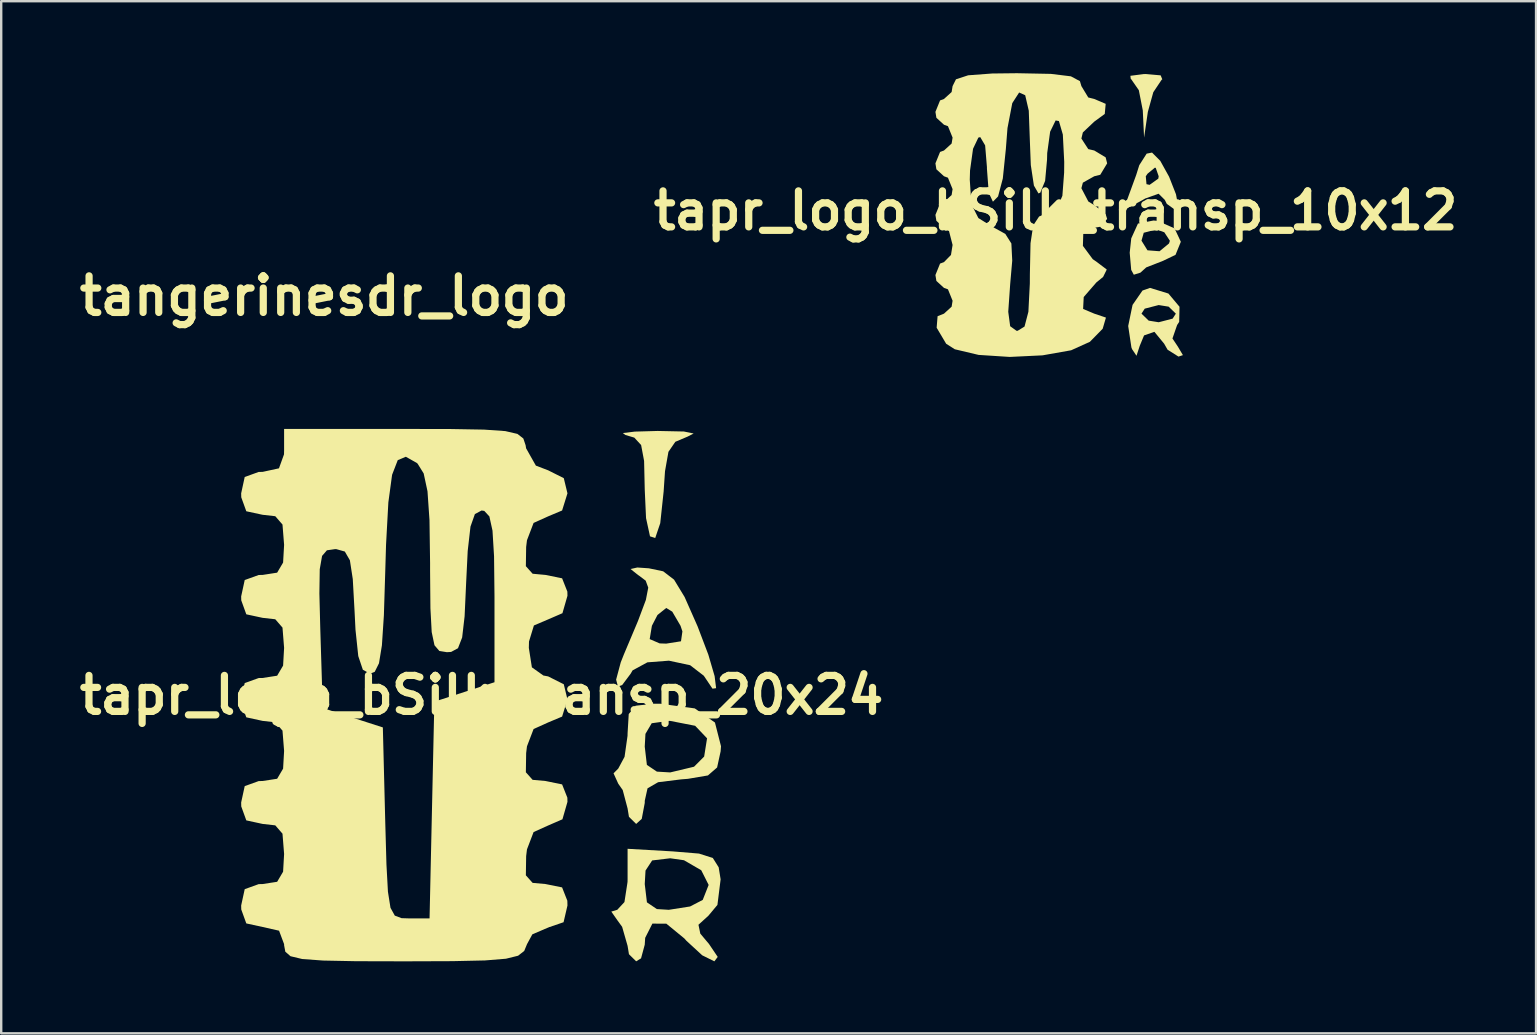
<source format=kicad_pcb>
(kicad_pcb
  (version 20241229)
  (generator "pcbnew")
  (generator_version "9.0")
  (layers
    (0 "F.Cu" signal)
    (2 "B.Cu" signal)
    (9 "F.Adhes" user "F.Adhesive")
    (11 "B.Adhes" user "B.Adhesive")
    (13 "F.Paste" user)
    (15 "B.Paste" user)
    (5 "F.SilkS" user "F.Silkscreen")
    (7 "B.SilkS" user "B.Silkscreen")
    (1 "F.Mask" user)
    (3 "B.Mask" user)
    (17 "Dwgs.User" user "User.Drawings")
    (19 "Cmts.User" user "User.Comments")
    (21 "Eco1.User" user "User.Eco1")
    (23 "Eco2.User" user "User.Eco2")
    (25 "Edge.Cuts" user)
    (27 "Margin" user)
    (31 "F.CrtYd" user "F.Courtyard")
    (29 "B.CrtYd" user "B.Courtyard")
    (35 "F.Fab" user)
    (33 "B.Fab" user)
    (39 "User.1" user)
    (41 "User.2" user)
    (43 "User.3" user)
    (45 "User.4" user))
  (footprint "tapr_logo_bSilk_transp_10x12"
    (layer "F.Cu")
    (at 40.929 5.724)
    (property "Reference" "tapr_logo_bSilk_transp_10x12" (at 0 0 0) (layer "F.SilkS") (effects (font (size 1.5 1.5) (thickness 0.3))))
    (attr board_only exclude_from_pos_files exclude_from_bom)
    (fp_poly (pts (xy 4.375 -5.635) (xy 4.444 -5.469) (xy 4.415 -5.449) (xy 4.069 -4.932) (xy 3.842 -4.113) (xy 3.685 -3.041) (xy 3.631 -4.174) (xy 3.466 -5.016) (xy 3.142 -5.482) (xy 3.13 -5.487) (xy 3.114 -5.616) (xy 3.671 -5.688) (xy 3.756 -5.69)) (stroke (width 0) (type solid)) (fill yes) (layer "F.SilkS"))
    (fp_poly (pts (xy 4.249 0.428) (xy 4.955 0.741) (xy 5.216 1.299) (xy 4.995 1.843) (xy 4.472 2.094) (xy 3.775 2.366) (xy 3.531 2.586) (xy 3.257 2.671) (xy 3.148 2.469) (xy 3.086 1.755) (xy 3.14 1.252) (xy 3.577 1.252) (xy 3.826 1.654) (xy 4.329 1.693) (xy 4.724 1.368) (xy 4.759 1.257) (xy 4.528 0.904) (xy 4.204 0.784) (xy 3.671 0.923) (xy 3.577 1.252) (xy 3.14 1.252) (xy 3.15 1.157) (xy 3.43 0.54) (xy 4.078 0.412)) (stroke (width 0) (type solid)) (fill yes) (layer "F.SilkS"))
    (fp_poly (pts (xy 4.359 -2.074) (xy 4.727 -1.411) (xy 5.014 -0.68) (xy 5.116 -0.135) (xy 5.021 0) (xy 4.631 -0.281) (xy 4.548 -0.447) (xy 4.29 -0.703) (xy 3.73 -0.503) (xy 3.572 -0.412) (xy 3.006 -0.115) (xy 2.908 -0.255) (xy 3.03 -0.591) (xy 3.337 -1.431) (xy 3.756 -1.431) (xy 3.785 -1.101) (xy 3.914 -1.073) (xy 4.278 -1.333) (xy 4.293 -1.431) (xy 4.171 -1.779) (xy 4.135 -1.789) (xy 3.83 -1.538) (xy 3.756 -1.431) (xy 3.337 -1.431) (xy 3.362 -1.502) (xy 3.485 -1.893) (xy 3.792 -2.373) (xy 4.016 -2.418)) (stroke (width 0) (type solid)) (fill yes) (layer "F.SilkS"))
    (fp_poly (pts (xy 4.699 3.455) (xy 5.161 4.006) (xy 5.147 4.637) (xy 5.061 4.767) (xy 4.867 5.328) (xy 5.089 5.661) (xy 5.303 6.021) (xy 5.118 6.082) (xy 4.663 5.795) (xy 4.521 5.545) (xy 4.114 5.05) (xy 3.684 5.2) (xy 3.504 5.635) (xy 3.369 6.048) (xy 3.186 5.775) (xy 3.157 5.701) (xy 3.023 4.808) (xy 3.129 4.293) (xy 3.577 4.293) (xy 3.877 4.584) (xy 4.293 4.651) (xy 4.874 4.501) (xy 5.008 4.293) (xy 4.709 4.002) (xy 4.293 3.935) (xy 3.712 4.085) (xy 3.577 4.293) (xy 3.129 4.293) (xy 3.205 3.928) (xy 3.619 3.33) (xy 3.933 3.22)) (stroke (width 0) (type solid)) (fill yes) (layer "F.SilkS"))
    (fp_poly (pts (xy -0.195 -5.696) (xy 0.636 -5.594) (xy 1.012 -5.393) (xy 1.073 -5.187) (xy 1.36 -4.713) (xy 1.61 -4.651) (xy 2.085 -4.448) (xy 2.047 -4.027) (xy 1.61 -3.707) (xy 1.134 -3.256) (xy 1.073 -3.003) (xy 1.36 -2.562) (xy 1.61 -2.504) (xy 2.084 -2.218) (xy 2.146 -1.968) (xy 1.86 -1.493) (xy 1.61 -1.431) (xy 1.135 -1.164) (xy 1.073 -0.933) (xy 1.362 -0.38) (xy 1.61 -0.228) (xy 2.084 0.15) (xy 2.146 0.347) (xy 1.857 0.674) (xy 1.61 0.715) (xy 1.152 0.947) (xy 1.136 1.469) (xy 1.547 2.024) (xy 1.699 2.128) (xy 2.13 2.455) (xy 1.977 2.765) (xy 1.699 2.991) (xy 1.17 3.6) (xy 1.145 4.097) (xy 1.61 4.293) (xy 2.096 4.457) (xy 1.96 4.922) (xy 1.427 5.466) (xy 0.646 5.819) (xy -0.546 6.03) (xy -1.911 6.096) (xy -3.208 6.012) (xy -4.2 5.777) (xy -4.561 5.547) (xy -4.957 4.879) (xy -4.918 4.4) (xy -4.651 4.293) (xy -4.333 4.003) (xy -4.293 3.756) (xy -4.486 3.28) (xy -4.651 3.22) (xy -4.968 2.93) (xy -5.008 2.683) (xy -4.815 2.207) (xy -4.651 2.146) (xy -4.36 1.847) (xy -4.293 1.431) (xy -4.443 0.85) (xy -4.651 0.715) (xy -4.968 0.426) (xy -5.008 0.179) (xy -4.815 -0.297) (xy -4.651 -0.358) (xy -4.333 -0.648) (xy -4.293 -0.894) (xy -4.453 -1.288) (xy -3.577 -1.288) (xy -3.509 -0.265) (xy -3.219 0.31) (xy -2.635 0.673) (xy -2.097 0.97) (xy -1.844 1.369) (xy -1.808 2.084) (xy -1.893 3.055) (xy -1.974 4.215) (xy -1.894 4.817) (xy -1.631 5.006) (xy -1.584 5.008) (xy -1.296 4.831) (xy -1.135 4.215) (xy -1.075 3.04) (xy -1.073 2.65) (xy -1.046 1.36) (xy -0.934 0.616) (xy -0.689 0.246) (xy -0.358 0.104) (xy 0.064 -0.116) (xy 0.281 -0.616) (xy 0.354 -1.581) (xy 0.358 -2.03) (xy 0.3 -3.169) (xy 0.137 -3.73) (xy 0 -3.756) (xy -0.229 -3.287) (xy -0.351 -2.398) (xy -0.358 -2.125) (xy -0.438 -1.237) (xy -0.639 -0.748) (xy -0.715 -0.715) (xy -0.905 -1.042) (xy -1.034 -1.896) (xy -1.073 -2.892) (xy -1.119 -4.162) (xy -1.268 -4.807) (xy -1.52 -4.92) (xy -1.806 -4.478) (xy -2.006 -3.436) (xy -2.074 -2.565) (xy -2.2 -1.34) (xy -2.398 -0.59) (xy -2.613 -0.371) (xy -2.786 -0.739) (xy -2.862 -1.746) (xy -2.862 -1.81) (xy -2.937 -2.717) (xy -3.141 -3.062) (xy -3.22 -3.041) (xy -3.441 -2.576) (xy -3.566 -1.674) (xy -3.577 -1.288) (xy -4.453 -1.288) (xy -4.486 -1.37) (xy -4.651 -1.431) (xy -4.968 -1.721) (xy -5.008 -1.968) (xy -4.815 -2.444) (xy -4.651 -2.504) (xy -4.333 -2.794) (xy -4.293 -3.041) (xy -4.486 -3.517) (xy -4.651 -3.577) (xy -4.968 -3.867) (xy -5.008 -4.114) (xy -4.815 -4.59) (xy -4.651 -4.651) (xy -4.333 -4.94) (xy -4.293 -5.187) (xy -4.152 -5.47) (xy -3.644 -5.637) (xy -2.64 -5.712) (xy -1.61 -5.724)) (stroke (width 0) (type solid)) (fill yes) (layer "F.SilkS")))
  (footprint "tapr_logo_bSilk_transp_20x24"
    (layer "F.Cu")
    (at 17.014 25.91)
    (property "Reference" "tapr_logo_bSilk_transp_20x24" (at 0 0 0) (layer "F.SilkS") (effects (font (size 1.5 1.5) (thickness 0.3))))
    (attr board_only exclude_from_pos_files exclude_from_bom)
    (fp_poly (pts (xy 8.427 -10.983) (xy 8.834 -10.9) (xy 8.586 -10.772) (xy 8.071 -10.554) (xy 7.784 -10.137) (xy 7.641 -9.327) (xy 7.584 -8.482) (xy 7.443 -7.164) (xy 7.233 -6.544) (xy 7.016 -6.616) (xy 6.851 -7.374) (xy 6.797 -8.561) (xy 6.77 -9.757) (xy 6.646 -10.419) (xy 6.362 -10.728) (xy 5.992 -10.838) (xy 5.884 -10.918) (xy 6.382 -10.979) (xy 7.334 -11.006)) (stroke (width 0) (type solid)) (fill yes) (layer "F.SilkS"))
    (fp_poly (pts (xy 6.967 -5.284) (xy 7.564 -5.159) (xy 8.018 -4.811) (xy 8.457 -4.089) (xy 8.998 -2.866) (xy 9.447 -1.684) (xy 9.708 -0.792) (xy 9.77 -0.289) (xy 9.619 -0.269) (xy 9.257 -0.808) (xy 8.688 -1.246) (xy 7.805 -1.435) (xy 6.907 -1.366) (xy 6.29 -1.031) (xy 6.211 -0.894) (xy 5.857 -0.421) (xy 5.681 -0.358) (xy 5.604 -0.645) (xy 5.797 -1.365) (xy 5.929 -1.699) (xy 6.197 -2.334) (xy 7.003 -2.334) (xy 7.419 -2.155) (xy 7.692 -2.146) (xy 8.307 -2.243) (xy 8.366 -2.654) (xy 8.288 -2.889) (xy 7.943 -3.478) (xy 7.692 -3.631) (xy 7.327 -3.338) (xy 7.095 -2.889) (xy 7.003 -2.334) (xy 6.197 -2.334) (xy 6.515 -3.089) (xy 6.844 -3.967) (xy 6.943 -4.478) (xy 6.836 -4.769) (xy 6.551 -4.984) (xy 6.516 -5.005) (xy 6.206 -5.254) (xy 6.487 -5.317)) (stroke (width 0) (type solid)) (fill yes) (layer "F.SilkS"))
    (fp_poly (pts (xy 8.881 0.553) (xy 9.722 1.142) (xy 9.974 2.129) (xy 9.958 2.343) (xy 9.811 3.015) (xy 9.429 3.346) (xy 8.597 3.487) (xy 8.318 3.509) (xy 7.354 3.628) (xy 6.913 3.883) (xy 6.798 4.401) (xy 6.797 4.492) (xy 6.672 5.155) (xy 6.439 5.366) (xy 6.139 5.07) (xy 6.082 4.722) (xy 5.879 3.955) (xy 5.693 3.689) (xy 5.497 3.258) (xy 5.693 3.06) (xy 5.956 2.57) (xy 6.016 2.146) (xy 6.797 2.146) (xy 6.886 2.907) (xy 7.303 3.187) (xy 7.858 3.22) (xy 8.85 2.983) (xy 9.272 2.559) (xy 9.393 1.799) (xy 8.896 1.277) (xy 7.857 1.074) (xy 7.799 1.073) (xy 7.087 1.171) (xy 6.826 1.614) (xy 6.797 2.146) (xy 6.016 2.146) (xy 6.08 1.695) (xy 6.082 1.589) (xy 6.13 0.787) (xy 6.418 0.441) (xy 7.154 0.359) (xy 7.444 0.358)) (stroke (width 0) (type solid)) (fill yes) (layer "F.SilkS"))
    (fp_poly (pts (xy 7.96 6.51) (xy 9.058 6.601) (xy 9.633 6.785) (xy 9.877 7.173) (xy 9.958 7.674) (xy 9.825 8.739) (xy 9.45 9.189) (xy 9.035 9.567) (xy 9.112 9.937) (xy 9.475 10.369) (xy 9.837 10.906) (xy 9.697 11.09) (xy 9.192 10.84) (xy 8.528 10.229) (xy 8.448 10.138) (xy 7.697 9.522) (xy 7.115 9.519) (xy 6.815 10.112) (xy 6.797 10.396) (xy 6.643 10.966) (xy 6.439 11.09) (xy 6.139 10.794) (xy 6.082 10.446) (xy 5.855 9.653) (xy 5.652 9.373) (xy 5.404 9.018) (xy 5.652 8.944) (xy 5.951 8.621) (xy 6.067 7.87) (xy 6.797 7.87) (xy 6.888 8.633) (xy 7.302 8.913) (xy 7.799 8.944) (xy 8.686 8.805) (xy 9.213 8.531) (xy 9.459 7.907) (xy 9.151 7.296) (xy 8.432 6.879) (xy 7.858 6.797) (xy 7.106 6.887) (xy 6.829 7.309) (xy 6.797 7.87) (xy 6.067 7.87) (xy 6.08 7.78) (xy 6.082 7.673) (xy 6.082 6.402)) (stroke (width 0) (type solid)) (fill yes) (layer "F.SilkS"))
    (fp_poly (pts (xy -1.27 -11.086) (xy 0.102 -11.062) (xy 0.986 -11) (xy 1.493 -10.883) (xy 1.739 -10.691) (xy 1.834 -10.409) (xy 1.853 -10.285) (xy 2.261 -9.562) (xy 2.773 -9.366) (xy 3.424 -9.039) (xy 3.577 -8.407) (xy 3.354 -7.692) (xy 2.773 -7.448) (xy 2.166 -7.174) (xy 1.89 -6.452) (xy 1.856 -6.171) (xy 1.844 -5.372) (xy 2.126 -5.057) (xy 2.66 -5.008) (xy 3.354 -4.867) (xy 3.573 -4.313) (xy 3.577 -4.139) (xy 3.368 -3.413) (xy 2.773 -3.155) (xy 2.179 -2.902) (xy 1.975 -2.235) (xy 1.968 -1.968) (xy 2.095 -1.158) (xy 2.573 -0.818) (xy 2.773 -0.78) (xy 3.424 -0.453) (xy 3.577 0.179) (xy 3.354 0.894) (xy 2.773 1.138) (xy 2.166 1.412) (xy 1.89 2.134) (xy 1.856 2.415) (xy 1.844 3.214) (xy 2.126 3.529) (xy 2.66 3.577) (xy 3.354 3.719) (xy 3.573 4.272) (xy 3.577 4.447) (xy 3.368 5.173) (xy 2.773 5.431) (xy 2.166 5.705) (xy 1.89 6.427) (xy 1.856 6.708) (xy 1.844 7.507) (xy 2.126 7.822) (xy 2.66 7.87) (xy 3.353 8.01) (xy 3.572 8.565) (xy 3.577 8.765) (xy 3.415 9.461) (xy 2.838 9.659) (xy 2.828 9.659) (xy 2.114 9.966) (xy 1.892 10.375) (xy 1.775 10.659) (xy 1.52 10.857) (xy 1.014 10.982) (xy 0.141 11.053) (xy -1.214 11.083) (xy -3.164 11.09) (xy -3.261 11.09) (xy -5.234 11.085) (xy -6.601 11.058) (xy -7.474 10.994) (xy -7.962 10.877) (xy -8.177 10.69) (xy -8.228 10.419) (xy -8.228 10.375) (xy -8.438 9.814) (xy -9.123 9.659) (xy -9.803 9.511) (xy -10.013 8.93) (xy -10.017 8.765) (xy -9.869 8.084) (xy -9.287 7.874) (xy -9.123 7.87) (xy -8.518 7.777) (xy -8.27 7.356) (xy -8.228 6.618) (xy -8.295 5.772) (xy -8.596 5.425) (xy -9.123 5.366) (xy -9.803 5.218) (xy -10.013 4.637) (xy -10.017 4.472) (xy -9.869 3.791) (xy -9.287 3.581) (xy -9.123 3.577) (xy -8.518 3.484) (xy -8.27 3.063) (xy -8.228 2.325) (xy -8.295 1.479) (xy -8.596 1.132) (xy -9.123 1.073) (xy -9.803 0.925) (xy -10.013 0.344) (xy -10.017 0.179) (xy -9.869 -0.502) (xy -9.287 -0.712) (xy -9.123 -0.715) (xy -8.518 -0.809) (xy -8.27 -1.23) (xy -8.228 -1.968) (xy -8.295 -2.814) (xy -8.596 -3.161) (xy -9.123 -3.22) (xy -9.803 -3.367) (xy -10.013 -3.949) (xy -10.017 -4.114) (xy -9.99 -4.236) (xy -6.758 -4.236) (xy -6.721 -2.773) (xy -6.618 0.537) (xy -5.366 0.941) (xy -4.114 1.345) (xy -4.013 5.323) (xy -3.964 7.052) (xy -3.902 8.19) (xy -3.796 8.86) (xy -3.616 9.186) (xy -3.333 9.292) (xy -3.04 9.301) (xy -2.168 9.301) (xy -2.068 4.787) (xy -1.968 0.272) (xy -0.715 -0.132) (xy 0.537 -0.537) (xy 0.537 -4.114) (xy 0.519 -5.782) (xy 0.454 -6.853) (xy 0.324 -7.445) (xy 0.112 -7.675) (xy 0 -7.692) (xy -0.279 -7.544) (xy -0.463 -7.022) (xy -0.579 -6.004) (xy -0.641 -4.74) (xy -0.708 -3.284) (xy -0.81 -2.402) (xy -0.984 -1.954) (xy -1.27 -1.8) (xy -1.445 -1.789) (xy -1.76 -1.84) (xy -1.963 -2.077) (xy -2.079 -2.627) (xy -2.132 -3.617) (xy -2.146 -5.175) (xy -2.146 -5.501) (xy -2.171 -7.291) (xy -2.254 -8.493) (xy -2.413 -9.235) (xy -2.666 -9.643) (xy -2.698 -9.672) (xy -3.156 -9.931) (xy -3.493 -9.79) (xy -3.729 -9.179) (xy -3.885 -8.027) (xy -3.981 -6.265) (xy -4.013 -5.182) (xy -4.071 -3.325) (xy -4.153 -2.076) (xy -4.275 -1.327) (xy -4.453 -0.97) (xy -4.651 -0.894) (xy -4.947 -1.057) (xy -5.138 -1.626) (xy -5.254 -2.727) (xy -5.292 -3.488) (xy -5.367 -4.836) (xy -5.487 -5.617) (xy -5.698 -5.982) (xy -6.049 -6.081) (xy -6.111 -6.082) (xy -6.444 -6.034) (xy -6.646 -5.8) (xy -6.743 -5.245) (xy -6.758 -4.236) (xy -9.99 -4.236) (xy -9.869 -4.795) (xy -9.287 -5.005) (xy -9.123 -5.008) (xy -8.518 -5.102) (xy -8.27 -5.523) (xy -8.228 -6.261) (xy -8.295 -7.107) (xy -8.596 -7.454) (xy -9.123 -7.513) (xy -9.803 -7.66) (xy -10.013 -8.242) (xy -10.017 -8.407) (xy -9.869 -9.088) (xy -9.287 -9.298) (xy -9.123 -9.301) (xy -8.442 -9.449) (xy -8.232 -10.031) (xy -8.228 -10.196) (xy -8.228 -11.09) (xy -3.245 -11.09)) (stroke (width 0) (type solid)) (fill yes) (layer "F.SilkS")))
  (footprint "tangerinesdr_logo"
    (layer "F.Cu")
    (at 10.458 9.277)
    (property "Reference" "tangerinesdr_logo" (at 0 0 0) (layer "F.SilkS") (effects (font (size 1.524 1.524) (thickness 0.3))))
    (attr through_hole)
    (fp_poly (pts (xy 9.478 -9.214) (xy 9.84 -8.889) (xy 9.878 -8.638) (xy 9.558 -8.023) (xy 8.708 -7.35) (xy 7.49 -6.694) (xy 6.065 -6.131) (xy 4.595 -5.736) (xy 3.327 -5.586) (xy 2.323 -5.498) (xy 1.665 -5.167) (xy 1.051 -4.421) (xy 0.894 -4.189) (xy 0.141 -3.221) (xy -0.502 -2.884) (xy -1.176 -3.15) (xy -1.725 -3.663) (xy -2.642 -4.302) (xy -3.805 -4.708) (xy -3.89 -4.723) (xy -5.012 -5.117) (xy -6.176 -5.86) (xy -7.2 -6.792) (xy -7.904 -7.751) (xy -8.114 -8.458) (xy -8.037 -8.984) (xy -7.669 -9.149) (xy -6.876 -9.064) (xy -5.177 -8.464) (xy -3.783 -7.344) (xy -3.065 -6.263) (xy -2.399 -5.181) (xy -1.595 -4.241) (xy -0.676 -3.377) (xy 1.338 -5.543) (xy 2.772 -6.982) (xy 4.03 -7.954) (xy 5.32 -8.586) (xy 6.852 -9.003) (xy 7.256 -9.08) (xy 8.65 -9.272) (xy 9.478 -9.214)) (stroke (width 0.01) (type solid)) (fill no) (layer "Eco1.User")))
  (gr_rect
    (start -3 -3)
    (end 60.944 40)
    (stroke (width 0.1) (type default))
    (fill no)
    (layer "Edge.Cuts")))
</source>
